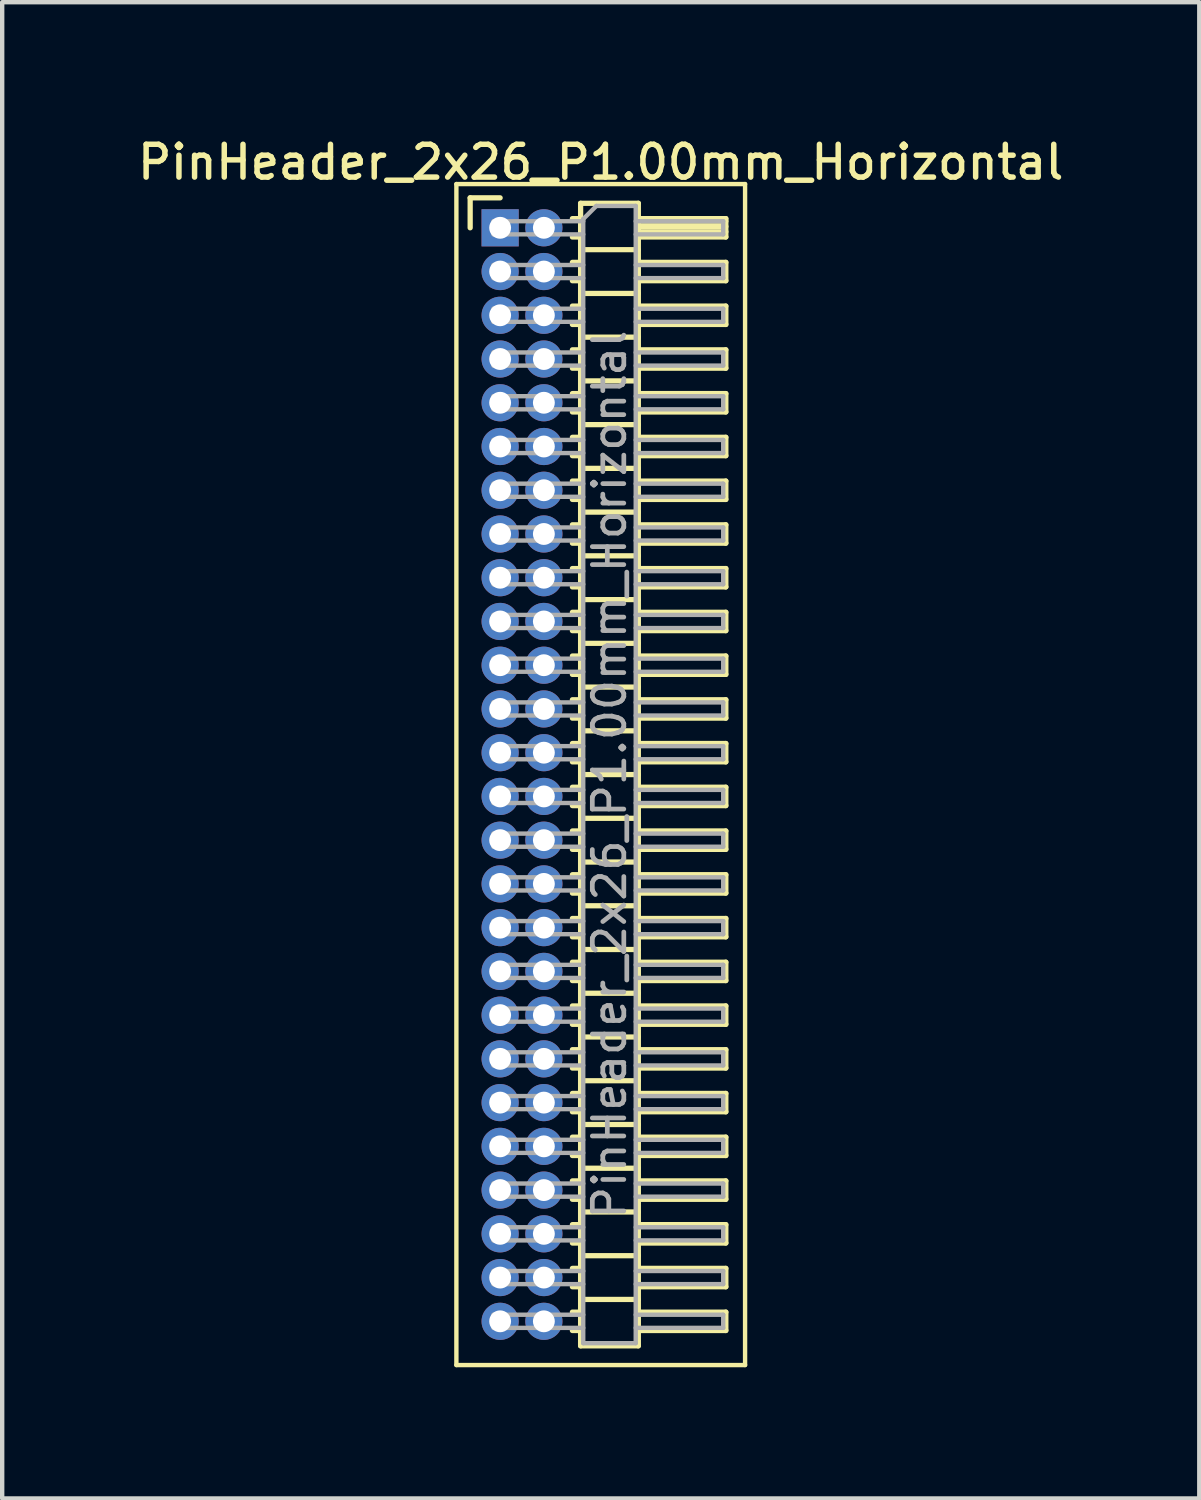
<source format=kicad_pcb>
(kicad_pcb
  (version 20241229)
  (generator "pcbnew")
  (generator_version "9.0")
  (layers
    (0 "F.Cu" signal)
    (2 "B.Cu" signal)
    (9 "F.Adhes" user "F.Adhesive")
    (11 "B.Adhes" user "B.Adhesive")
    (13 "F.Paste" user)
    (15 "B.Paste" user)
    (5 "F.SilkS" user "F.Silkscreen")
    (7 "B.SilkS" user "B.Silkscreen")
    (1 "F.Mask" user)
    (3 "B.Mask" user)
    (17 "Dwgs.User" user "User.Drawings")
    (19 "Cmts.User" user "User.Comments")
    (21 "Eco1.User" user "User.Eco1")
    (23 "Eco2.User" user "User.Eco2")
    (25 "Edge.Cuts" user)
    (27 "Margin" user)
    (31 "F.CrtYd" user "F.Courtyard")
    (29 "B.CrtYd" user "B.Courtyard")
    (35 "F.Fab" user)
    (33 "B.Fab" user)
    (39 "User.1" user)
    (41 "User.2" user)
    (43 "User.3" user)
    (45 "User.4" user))
  (footprint "PinHeader_2x26_P1.00mm_Horizontal"
    (layer "F.Cu")
    (at 8.384 2.158)
    (property "Reference" "PinHeader_2x26_P1.00mm_Horizontal" (at 2.3 -1.5 0) (layer "F.SilkS") (effects (font (size 0.75 0.75) (thickness 0.125))))
    (attr through_hole)
    (fp_line (start -1 -1) (end -1 26) (stroke (width 0.1) (type solid)) (layer "F.SilkS"))
    (fp_line (start -1 26) (end 5.6 26) (stroke (width 0.1) (type solid)) (layer "F.SilkS"))
    (fp_line (start -0.685 -0.685) (end 0 -0.685) (stroke (width 0.12) (type solid)) (layer "F.SilkS"))
    (fp_line (start -0.685 0) (end -0.685 -0.685) (stroke (width 0.12) (type solid)) (layer "F.SilkS"))
    (fp_line (start 1.652 -0.21) (end 1.84 -0.21) (stroke (width 0.12) (type solid)) (layer "F.SilkS"))
    (fp_line (start 1.652 0.21) (end 1.84 0.21) (stroke (width 0.12) (type solid)) (layer "F.SilkS"))
    (fp_line (start 1.652 0.79) (end 1.84 0.79) (stroke (width 0.12) (type solid)) (layer "F.SilkS"))
    (fp_line (start 1.652 1.21) (end 1.84 1.21) (stroke (width 0.12) (type solid)) (layer "F.SilkS"))
    (fp_line (start 1.652 1.79) (end 1.84 1.79) (stroke (width 0.12) (type solid)) (layer "F.SilkS"))
    (fp_line (start 1.652 2.21) (end 1.84 2.21) (stroke (width 0.12) (type solid)) (layer "F.SilkS"))
    (fp_line (start 1.652 2.79) (end 1.84 2.79) (stroke (width 0.12) (type solid)) (layer "F.SilkS"))
    (fp_line (start 1.652 3.21) (end 1.84 3.21) (stroke (width 0.12) (type solid)) (layer "F.SilkS"))
    (fp_line (start 1.652 3.79) (end 1.84 3.79) (stroke (width 0.12) (type solid)) (layer "F.SilkS"))
    (fp_line (start 1.652 4.21) (end 1.84 4.21) (stroke (width 0.12) (type solid)) (layer "F.SilkS"))
    (fp_line (start 1.652 4.79) (end 1.84 4.79) (stroke (width 0.12) (type solid)) (layer "F.SilkS"))
    (fp_line (start 1.652 5.21) (end 1.84 5.21) (stroke (width 0.12) (type solid)) (layer "F.SilkS"))
    (fp_line (start 1.652 5.79) (end 1.84 5.79) (stroke (width 0.12) (type solid)) (layer "F.SilkS"))
    (fp_line (start 1.652 6.21) (end 1.84 6.21) (stroke (width 0.12) (type solid)) (layer "F.SilkS"))
    (fp_line (start 1.652 6.79) (end 1.84 6.79) (stroke (width 0.12) (type solid)) (layer "F.SilkS"))
    (fp_line (start 1.652 7.21) (end 1.84 7.21) (stroke (width 0.12) (type solid)) (layer "F.SilkS"))
    (fp_line (start 1.652 7.79) (end 1.84 7.79) (stroke (width 0.12) (type solid)) (layer "F.SilkS"))
    (fp_line (start 1.652 8.21) (end 1.84 8.21) (stroke (width 0.12) (type solid)) (layer "F.SilkS"))
    (fp_line (start 1.652 8.79) (end 1.84 8.79) (stroke (width 0.12) (type solid)) (layer "F.SilkS"))
    (fp_line (start 1.652 9.21) (end 1.84 9.21) (stroke (width 0.12) (type solid)) (layer "F.SilkS"))
    (fp_line (start 1.652 9.79) (end 1.84 9.79) (stroke (width 0.12) (type solid)) (layer "F.SilkS"))
    (fp_line (start 1.652 10.21) (end 1.84 10.21) (stroke (width 0.12) (type solid)) (layer "F.SilkS"))
    (fp_line (start 1.652 10.79) (end 1.84 10.79) (stroke (width 0.12) (type solid)) (layer "F.SilkS"))
    (fp_line (start 1.652 11.21) (end 1.84 11.21) (stroke (width 0.12) (type solid)) (layer "F.SilkS"))
    (fp_line (start 1.652 11.79) (end 1.84 11.79) (stroke (width 0.12) (type solid)) (layer "F.SilkS"))
    (fp_line (start 1.652 12.21) (end 1.84 12.21) (stroke (width 0.12) (type solid)) (layer "F.SilkS"))
    (fp_line (start 1.652 12.79) (end 1.84 12.79) (stroke (width 0.12) (type solid)) (layer "F.SilkS"))
    (fp_line (start 1.652 13.21) (end 1.84 13.21) (stroke (width 0.12) (type solid)) (layer "F.SilkS"))
    (fp_line (start 1.652 13.79) (end 1.84 13.79) (stroke (width 0.12) (type solid)) (layer "F.SilkS"))
    (fp_line (start 1.652 14.21) (end 1.84 14.21) (stroke (width 0.12) (type solid)) (layer "F.SilkS"))
    (fp_line (start 1.652 14.79) (end 1.84 14.79) (stroke (width 0.12) (type solid)) (layer "F.SilkS"))
    (fp_line (start 1.652 15.21) (end 1.84 15.21) (stroke (width 0.12) (type solid)) (layer "F.SilkS"))
    (fp_line (start 1.652 15.79) (end 1.84 15.79) (stroke (width 0.12) (type solid)) (layer "F.SilkS"))
    (fp_line (start 1.652 16.21) (end 1.84 16.21) (stroke (width 0.12) (type solid)) (layer "F.SilkS"))
    (fp_line (start 1.652 16.79) (end 1.84 16.79) (stroke (width 0.12) (type solid)) (layer "F.SilkS"))
    (fp_line (start 1.652 17.21) (end 1.84 17.21) (stroke (width 0.12) (type solid)) (layer "F.SilkS"))
    (fp_line (start 1.652 17.79) (end 1.84 17.79) (stroke (width 0.12) (type solid)) (layer "F.SilkS"))
    (fp_line (start 1.652 18.21) (end 1.84 18.21) (stroke (width 0.12) (type solid)) (layer "F.SilkS"))
    (fp_line (start 1.652 18.79) (end 1.84 18.79) (stroke (width 0.12) (type solid)) (layer "F.SilkS"))
    (fp_line (start 1.652 19.21) (end 1.84 19.21) (stroke (width 0.12) (type solid)) (layer "F.SilkS"))
    (fp_line (start 1.652 19.79) (end 1.84 19.79) (stroke (width 0.12) (type solid)) (layer "F.SilkS"))
    (fp_line (start 1.652 20.21) (end 1.84 20.21) (stroke (width 0.12) (type solid)) (layer "F.SilkS"))
    (fp_line (start 1.652 20.79) (end 1.84 20.79) (stroke (width 0.12) (type solid)) (layer "F.SilkS"))
    (fp_line (start 1.652 21.21) (end 1.84 21.21) (stroke (width 0.12) (type solid)) (layer "F.SilkS"))
    (fp_line (start 1.652 21.79) (end 1.84 21.79) (stroke (width 0.12) (type solid)) (layer "F.SilkS"))
    (fp_line (start 1.652 22.21) (end 1.84 22.21) (stroke (width 0.12) (type solid)) (layer "F.SilkS"))
    (fp_line (start 1.652 22.79) (end 1.84 22.79) (stroke (width 0.12) (type solid)) (layer "F.SilkS"))
    (fp_line (start 1.652 23.21) (end 1.84 23.21) (stroke (width 0.12) (type solid)) (layer "F.SilkS"))
    (fp_line (start 1.652 23.79) (end 1.84 23.79) (stroke (width 0.12) (type solid)) (layer "F.SilkS"))
    (fp_line (start 1.652 24.21) (end 1.84 24.21) (stroke (width 0.12) (type solid)) (layer "F.SilkS"))
    (fp_line (start 1.652 24.79) (end 1.84 24.79) (stroke (width 0.12) (type solid)) (layer "F.SilkS"))
    (fp_line (start 1.652 25.21) (end 1.84 25.21) (stroke (width 0.12) (type solid)) (layer "F.SilkS"))
    (fp_line (start 1.84 -0.56) (end 1.84 25.56) (stroke (width 0.12) (type solid)) (layer "F.SilkS"))
    (fp_line (start 1.84 0.5) (end 3.16 0.5) (stroke (width 0.12) (type solid)) (layer "F.SilkS"))
    (fp_line (start 1.84 1.5) (end 3.16 1.5) (stroke (width 0.12) (type solid)) (layer "F.SilkS"))
    (fp_line (start 1.84 2.5) (end 3.16 2.5) (stroke (width 0.12) (type solid)) (layer "F.SilkS"))
    (fp_line (start 1.84 3.5) (end 3.16 3.5) (stroke (width 0.12) (type solid)) (layer "F.SilkS"))
    (fp_line (start 1.84 4.5) (end 3.16 4.5) (stroke (width 0.12) (type solid)) (layer "F.SilkS"))
    (fp_line (start 1.84 5.5) (end 3.16 5.5) (stroke (width 0.12) (type solid)) (layer "F.SilkS"))
    (fp_line (start 1.84 6.5) (end 3.16 6.5) (stroke (width 0.12) (type solid)) (layer "F.SilkS"))
    (fp_line (start 1.84 7.5) (end 3.16 7.5) (stroke (width 0.12) (type solid)) (layer "F.SilkS"))
    (fp_line (start 1.84 8.5) (end 3.16 8.5) (stroke (width 0.12) (type solid)) (layer "F.SilkS"))
    (fp_line (start 1.84 9.5) (end 3.16 9.5) (stroke (width 0.12) (type solid)) (layer "F.SilkS"))
    (fp_line (start 1.84 10.5) (end 3.16 10.5) (stroke (width 0.12) (type solid)) (layer "F.SilkS"))
    (fp_line (start 1.84 11.5) (end 3.16 11.5) (stroke (width 0.12) (type solid)) (layer "F.SilkS"))
    (fp_line (start 1.84 12.5) (end 3.16 12.5) (stroke (width 0.12) (type solid)) (layer "F.SilkS"))
    (fp_line (start 1.84 13.5) (end 3.16 13.5) (stroke (width 0.12) (type solid)) (layer "F.SilkS"))
    (fp_line (start 1.84 14.5) (end 3.16 14.5) (stroke (width 0.12) (type solid)) (layer "F.SilkS"))
    (fp_line (start 1.84 15.5) (end 3.16 15.5) (stroke (width 0.12) (type solid)) (layer "F.SilkS"))
    (fp_line (start 1.84 16.5) (end 3.16 16.5) (stroke (width 0.12) (type solid)) (layer "F.SilkS"))
    (fp_line (start 1.84 17.5) (end 3.16 17.5) (stroke (width 0.12) (type solid)) (layer "F.SilkS"))
    (fp_line (start 1.84 18.5) (end 3.16 18.5) (stroke (width 0.12) (type solid)) (layer "F.SilkS"))
    (fp_line (start 1.84 19.5) (end 3.16 19.5) (stroke (width 0.12) (type solid)) (layer "F.SilkS"))
    (fp_line (start 1.84 20.5) (end 3.16 20.5) (stroke (width 0.12) (type solid)) (layer "F.SilkS"))
    (fp_line (start 1.84 21.5) (end 3.16 21.5) (stroke (width 0.12) (type solid)) (layer "F.SilkS"))
    (fp_line (start 1.84 22.5) (end 3.16 22.5) (stroke (width 0.12) (type solid)) (layer "F.SilkS"))
    (fp_line (start 1.84 23.5) (end 3.16 23.5) (stroke (width 0.12) (type solid)) (layer "F.SilkS"))
    (fp_line (start 1.84 24.5) (end 3.16 24.5) (stroke (width 0.12) (type solid)) (layer "F.SilkS"))
    (fp_line (start 1.84 25.56) (end 3.16 25.56) (stroke (width 0.12) (type solid)) (layer "F.SilkS"))
    (fp_line (start 3.16 -0.56) (end 1.84 -0.56) (stroke (width 0.12) (type solid)) (layer "F.SilkS"))
    (fp_line (start 3.16 -0.21) (end 5.16 -0.21) (stroke (width 0.12) (type solid)) (layer "F.SilkS"))
    (fp_line (start 3.16 -0.15) (end 5.16 -0.15) (stroke (width 0.12) (type solid)) (layer "F.SilkS"))
    (fp_line (start 3.16 -0.03) (end 5.16 -0.03) (stroke (width 0.12) (type solid)) (layer "F.SilkS"))
    (fp_line (start 3.16 0.09) (end 5.16 0.09) (stroke (width 0.12) (type solid)) (layer "F.SilkS"))
    (fp_line (start 3.16 0.79) (end 5.16 0.79) (stroke (width 0.12) (type solid)) (layer "F.SilkS"))
    (fp_line (start 3.16 1.79) (end 5.16 1.79) (stroke (width 0.12) (type solid)) (layer "F.SilkS"))
    (fp_line (start 3.16 2.79) (end 5.16 2.79) (stroke (width 0.12) (type solid)) (layer "F.SilkS"))
    (fp_line (start 3.16 3.79) (end 5.16 3.79) (stroke (width 0.12) (type solid)) (layer "F.SilkS"))
    (fp_line (start 3.16 4.79) (end 5.16 4.79) (stroke (width 0.12) (type solid)) (layer "F.SilkS"))
    (fp_line (start 3.16 5.79) (end 5.16 5.79) (stroke (width 0.12) (type solid)) (layer "F.SilkS"))
    (fp_line (start 3.16 6.79) (end 5.16 6.79) (stroke (width 0.12) (type solid)) (layer "F.SilkS"))
    (fp_line (start 3.16 7.79) (end 5.16 7.79) (stroke (width 0.12) (type solid)) (layer "F.SilkS"))
    (fp_line (start 3.16 8.79) (end 5.16 8.79) (stroke (width 0.12) (type solid)) (layer "F.SilkS"))
    (fp_line (start 3.16 9.79) (end 5.16 9.79) (stroke (width 0.12) (type solid)) (layer "F.SilkS"))
    (fp_line (start 3.16 10.79) (end 5.16 10.79) (stroke (width 0.12) (type solid)) (layer "F.SilkS"))
    (fp_line (start 3.16 11.79) (end 5.16 11.79) (stroke (width 0.12) (type solid)) (layer "F.SilkS"))
    (fp_line (start 3.16 12.79) (end 5.16 12.79) (stroke (width 0.12) (type solid)) (layer "F.SilkS"))
    (fp_line (start 3.16 13.79) (end 5.16 13.79) (stroke (width 0.12) (type solid)) (layer "F.SilkS"))
    (fp_line (start 3.16 14.79) (end 5.16 14.79) (stroke (width 0.12) (type solid)) (layer "F.SilkS"))
    (fp_line (start 3.16 15.79) (end 5.16 15.79) (stroke (width 0.12) (type solid)) (layer "F.SilkS"))
    (fp_line (start 3.16 16.79) (end 5.16 16.79) (stroke (width 0.12) (type solid)) (layer "F.SilkS"))
    (fp_line (start 3.16 17.79) (end 5.16 17.79) (stroke (width 0.12) (type solid)) (layer "F.SilkS"))
    (fp_line (start 3.16 18.79) (end 5.16 18.79) (stroke (width 0.12) (type solid)) (layer "F.SilkS"))
    (fp_line (start 3.16 19.79) (end 5.16 19.79) (stroke (width 0.12) (type solid)) (layer "F.SilkS"))
    (fp_line (start 3.16 20.79) (end 5.16 20.79) (stroke (width 0.12) (type solid)) (layer "F.SilkS"))
    (fp_line (start 3.16 21.79) (end 5.16 21.79) (stroke (width 0.12) (type solid)) (layer "F.SilkS"))
    (fp_line (start 3.16 22.79) (end 5.16 22.79) (stroke (width 0.12) (type solid)) (layer "F.SilkS"))
    (fp_line (start 3.16 23.79) (end 5.16 23.79) (stroke (width 0.12) (type solid)) (layer "F.SilkS"))
    (fp_line (start 3.16 24.79) (end 5.16 24.79) (stroke (width 0.12) (type solid)) (layer "F.SilkS"))
    (fp_line (start 3.16 25.56) (end 3.16 -0.56) (stroke (width 0.12) (type solid)) (layer "F.SilkS"))
    (fp_line (start 5.16 -0.21) (end 5.16 0.21) (stroke (width 0.12) (type solid)) (layer "F.SilkS"))
    (fp_line (start 5.16 0.21) (end 3.16 0.21) (stroke (width 0.12) (type solid)) (layer "F.SilkS"))
    (fp_line (start 5.16 0.79) (end 5.16 1.21) (stroke (width 0.12) (type solid)) (layer "F.SilkS"))
    (fp_line (start 5.16 1.21) (end 3.16 1.21) (stroke (width 0.12) (type solid)) (layer "F.SilkS"))
    (fp_line (start 5.16 1.79) (end 5.16 2.21) (stroke (width 0.12) (type solid)) (layer "F.SilkS"))
    (fp_line (start 5.16 2.21) (end 3.16 2.21) (stroke (width 0.12) (type solid)) (layer "F.SilkS"))
    (fp_line (start 5.16 2.79) (end 5.16 3.21) (stroke (width 0.12) (type solid)) (layer "F.SilkS"))
    (fp_line (start 5.16 3.21) (end 3.16 3.21) (stroke (width 0.12) (type solid)) (layer "F.SilkS"))
    (fp_line (start 5.16 3.79) (end 5.16 4.21) (stroke (width 0.12) (type solid)) (layer "F.SilkS"))
    (fp_line (start 5.16 4.21) (end 3.16 4.21) (stroke (width 0.12) (type solid)) (layer "F.SilkS"))
    (fp_line (start 5.16 4.79) (end 5.16 5.21) (stroke (width 0.12) (type solid)) (layer "F.SilkS"))
    (fp_line (start 5.16 5.21) (end 3.16 5.21) (stroke (width 0.12) (type solid)) (layer "F.SilkS"))
    (fp_line (start 5.16 5.79) (end 5.16 6.21) (stroke (width 0.12) (type solid)) (layer "F.SilkS"))
    (fp_line (start 5.16 6.21) (end 3.16 6.21) (stroke (width 0.12) (type solid)) (layer "F.SilkS"))
    (fp_line (start 5.16 6.79) (end 5.16 7.21) (stroke (width 0.12) (type solid)) (layer "F.SilkS"))
    (fp_line (start 5.16 7.21) (end 3.16 7.21) (stroke (width 0.12) (type solid)) (layer "F.SilkS"))
    (fp_line (start 5.16 7.79) (end 5.16 8.21) (stroke (width 0.12) (type solid)) (layer "F.SilkS"))
    (fp_line (start 5.16 8.21) (end 3.16 8.21) (stroke (width 0.12) (type solid)) (layer "F.SilkS"))
    (fp_line (start 5.16 8.79) (end 5.16 9.21) (stroke (width 0.12) (type solid)) (layer "F.SilkS"))
    (fp_line (start 5.16 9.21) (end 3.16 9.21) (stroke (width 0.12) (type solid)) (layer "F.SilkS"))
    (fp_line (start 5.16 9.79) (end 5.16 10.21) (stroke (width 0.12) (type solid)) (layer "F.SilkS"))
    (fp_line (start 5.16 10.21) (end 3.16 10.21) (stroke (width 0.12) (type solid)) (layer "F.SilkS"))
    (fp_line (start 5.16 10.79) (end 5.16 11.21) (stroke (width 0.12) (type solid)) (layer "F.SilkS"))
    (fp_line (start 5.16 11.21) (end 3.16 11.21) (stroke (width 0.12) (type solid)) (layer "F.SilkS"))
    (fp_line (start 5.16 11.79) (end 5.16 12.21) (stroke (width 0.12) (type solid)) (layer "F.SilkS"))
    (fp_line (start 5.16 12.21) (end 3.16 12.21) (stroke (width 0.12) (type solid)) (layer "F.SilkS"))
    (fp_line (start 5.16 12.79) (end 5.16 13.21) (stroke (width 0.12) (type solid)) (layer "F.SilkS"))
    (fp_line (start 5.16 13.21) (end 3.16 13.21) (stroke (width 0.12) (type solid)) (layer "F.SilkS"))
    (fp_line (start 5.16 13.79) (end 5.16 14.21) (stroke (width 0.12) (type solid)) (layer "F.SilkS"))
    (fp_line (start 5.16 14.21) (end 3.16 14.21) (stroke (width 0.12) (type solid)) (layer "F.SilkS"))
    (fp_line (start 5.16 14.79) (end 5.16 15.21) (stroke (width 0.12) (type solid)) (layer "F.SilkS"))
    (fp_line (start 5.16 15.21) (end 3.16 15.21) (stroke (width 0.12) (type solid)) (layer "F.SilkS"))
    (fp_line (start 5.16 15.79) (end 5.16 16.21) (stroke (width 0.12) (type solid)) (layer "F.SilkS"))
    (fp_line (start 5.16 16.21) (end 3.16 16.21) (stroke (width 0.12) (type solid)) (layer "F.SilkS"))
    (fp_line (start 5.16 16.79) (end 5.16 17.21) (stroke (width 0.12) (type solid)) (layer "F.SilkS"))
    (fp_line (start 5.16 17.21) (end 3.16 17.21) (stroke (width 0.12) (type solid)) (layer "F.SilkS"))
    (fp_line (start 5.16 17.79) (end 5.16 18.21) (stroke (width 0.12) (type solid)) (layer "F.SilkS"))
    (fp_line (start 5.16 18.21) (end 3.16 18.21) (stroke (width 0.12) (type solid)) (layer "F.SilkS"))
    (fp_line (start 5.16 18.79) (end 5.16 19.21) (stroke (width 0.12) (type solid)) (layer "F.SilkS"))
    (fp_line (start 5.16 19.21) (end 3.16 19.21) (stroke (width 0.12) (type solid)) (layer "F.SilkS"))
    (fp_line (start 5.16 19.79) (end 5.16 20.21) (stroke (width 0.12) (type solid)) (layer "F.SilkS"))
    (fp_line (start 5.16 20.21) (end 3.16 20.21) (stroke (width 0.12) (type solid)) (layer "F.SilkS"))
    (fp_line (start 5.16 20.79) (end 5.16 21.21) (stroke (width 0.12) (type solid)) (layer "F.SilkS"))
    (fp_line (start 5.16 21.21) (end 3.16 21.21) (stroke (width 0.12) (type solid)) (layer "F.SilkS"))
    (fp_line (start 5.16 21.79) (end 5.16 22.21) (stroke (width 0.12) (type solid)) (layer "F.SilkS"))
    (fp_line (start 5.16 22.21) (end 3.16 22.21) (stroke (width 0.12) (type solid)) (layer "F.SilkS"))
    (fp_line (start 5.16 22.79) (end 5.16 23.21) (stroke (width 0.12) (type solid)) (layer "F.SilkS"))
    (fp_line (start 5.16 23.21) (end 3.16 23.21) (stroke (width 0.12) (type solid)) (layer "F.SilkS"))
    (fp_line (start 5.16 23.79) (end 5.16 24.21) (stroke (width 0.12) (type solid)) (layer "F.SilkS"))
    (fp_line (start 5.16 24.21) (end 3.16 24.21) (stroke (width 0.12) (type solid)) (layer "F.SilkS"))
    (fp_line (start 5.16 24.79) (end 5.16 25.21) (stroke (width 0.12) (type solid)) (layer "F.SilkS"))
    (fp_line (start 5.16 25.21) (end 3.16 25.21) (stroke (width 0.12) (type solid)) (layer "F.SilkS"))
    (fp_line (start 5.6 -1) (end -1 -1) (stroke (width 0.1) (type solid)) (layer "F.SilkS"))
    (fp_line (start 5.6 26) (end 5.6 -1) (stroke (width 0.1) (type solid)) (layer "F.SilkS"))
    (fp_line (start -0.15 -0.15) (end -0.15 0.15) (stroke (width 0.1) (type solid)) (layer "F.Fab"))
    (fp_line (start -0.15 -0.15) (end 1.9 -0.15) (stroke (width 0.1) (type solid)) (layer "F.Fab"))
    (fp_line (start -0.15 0.15) (end 1.9 0.15) (stroke (width 0.1) (type solid)) (layer "F.Fab"))
    (fp_line (start -0.15 0.85) (end -0.15 1.15) (stroke (width 0.1) (type solid)) (layer "F.Fab"))
    (fp_line (start -0.15 0.85) (end 1.9 0.85) (stroke (width 0.1) (type solid)) (layer "F.Fab"))
    (fp_line (start -0.15 1.15) (end 1.9 1.15) (stroke (width 0.1) (type solid)) (layer "F.Fab"))
    (fp_line (start -0.15 1.85) (end -0.15 2.15) (stroke (width 0.1) (type solid)) (layer "F.Fab"))
    (fp_line (start -0.15 1.85) (end 1.9 1.85) (stroke (width 0.1) (type solid)) (layer "F.Fab"))
    (fp_line (start -0.15 2.15) (end 1.9 2.15) (stroke (width 0.1) (type solid)) (layer "F.Fab"))
    (fp_line (start -0.15 2.85) (end -0.15 3.15) (stroke (width 0.1) (type solid)) (layer "F.Fab"))
    (fp_line (start -0.15 2.85) (end 1.9 2.85) (stroke (width 0.1) (type solid)) (layer "F.Fab"))
    (fp_line (start -0.15 3.15) (end 1.9 3.15) (stroke (width 0.1) (type solid)) (layer "F.Fab"))
    (fp_line (start -0.15 3.85) (end -0.15 4.15) (stroke (width 0.1) (type solid)) (layer "F.Fab"))
    (fp_line (start -0.15 3.85) (end 1.9 3.85) (stroke (width 0.1) (type solid)) (layer "F.Fab"))
    (fp_line (start -0.15 4.15) (end 1.9 4.15) (stroke (width 0.1) (type solid)) (layer "F.Fab"))
    (fp_line (start -0.15 4.85) (end -0.15 5.15) (stroke (width 0.1) (type solid)) (layer "F.Fab"))
    (fp_line (start -0.15 4.85) (end 1.9 4.85) (stroke (width 0.1) (type solid)) (layer "F.Fab"))
    (fp_line (start -0.15 5.15) (end 1.9 5.15) (stroke (width 0.1) (type solid)) (layer "F.Fab"))
    (fp_line (start -0.15 5.85) (end -0.15 6.15) (stroke (width 0.1) (type solid)) (layer "F.Fab"))
    (fp_line (start -0.15 5.85) (end 1.9 5.85) (stroke (width 0.1) (type solid)) (layer "F.Fab"))
    (fp_line (start -0.15 6.15) (end 1.9 6.15) (stroke (width 0.1) (type solid)) (layer "F.Fab"))
    (fp_line (start -0.15 6.85) (end -0.15 7.15) (stroke (width 0.1) (type solid)) (layer "F.Fab"))
    (fp_line (start -0.15 6.85) (end 1.9 6.85) (stroke (width 0.1) (type solid)) (layer "F.Fab"))
    (fp_line (start -0.15 7.15) (end 1.9 7.15) (stroke (width 0.1) (type solid)) (layer "F.Fab"))
    (fp_line (start -0.15 7.85) (end -0.15 8.15) (stroke (width 0.1) (type solid)) (layer "F.Fab"))
    (fp_line (start -0.15 7.85) (end 1.9 7.85) (stroke (width 0.1) (type solid)) (layer "F.Fab"))
    (fp_line (start -0.15 8.15) (end 1.9 8.15) (stroke (width 0.1) (type solid)) (layer "F.Fab"))
    (fp_line (start -0.15 8.85) (end -0.15 9.15) (stroke (width 0.1) (type solid)) (layer "F.Fab"))
    (fp_line (start -0.15 8.85) (end 1.9 8.85) (stroke (width 0.1) (type solid)) (layer "F.Fab"))
    (fp_line (start -0.15 9.15) (end 1.9 9.15) (stroke (width 0.1) (type solid)) (layer "F.Fab"))
    (fp_line (start -0.15 9.85) (end -0.15 10.15) (stroke (width 0.1) (type solid)) (layer "F.Fab"))
    (fp_line (start -0.15 9.85) (end 1.9 9.85) (stroke (width 0.1) (type solid)) (layer "F.Fab"))
    (fp_line (start -0.15 10.15) (end 1.9 10.15) (stroke (width 0.1) (type solid)) (layer "F.Fab"))
    (fp_line (start -0.15 10.85) (end -0.15 11.15) (stroke (width 0.1) (type solid)) (layer "F.Fab"))
    (fp_line (start -0.15 10.85) (end 1.9 10.85) (stroke (width 0.1) (type solid)) (layer "F.Fab"))
    (fp_line (start -0.15 11.15) (end 1.9 11.15) (stroke (width 0.1) (type solid)) (layer "F.Fab"))
    (fp_line (start -0.15 11.85) (end -0.15 12.15) (stroke (width 0.1) (type solid)) (layer "F.Fab"))
    (fp_line (start -0.15 11.85) (end 1.9 11.85) (stroke (width 0.1) (type solid)) (layer "F.Fab"))
    (fp_line (start -0.15 12.15) (end 1.9 12.15) (stroke (width 0.1) (type solid)) (layer "F.Fab"))
    (fp_line (start -0.15 12.85) (end -0.15 13.15) (stroke (width 0.1) (type solid)) (layer "F.Fab"))
    (fp_line (start -0.15 12.85) (end 1.9 12.85) (stroke (width 0.1) (type solid)) (layer "F.Fab"))
    (fp_line (start -0.15 13.15) (end 1.9 13.15) (stroke (width 0.1) (type solid)) (layer "F.Fab"))
    (fp_line (start -0.15 13.85) (end -0.15 14.15) (stroke (width 0.1) (type solid)) (layer "F.Fab"))
    (fp_line (start -0.15 13.85) (end 1.9 13.85) (stroke (width 0.1) (type solid)) (layer "F.Fab"))
    (fp_line (start -0.15 14.15) (end 1.9 14.15) (stroke (width 0.1) (type solid)) (layer "F.Fab"))
    (fp_line (start -0.15 14.85) (end -0.15 15.15) (stroke (width 0.1) (type solid)) (layer "F.Fab"))
    (fp_line (start -0.15 14.85) (end 1.9 14.85) (stroke (width 0.1) (type solid)) (layer "F.Fab"))
    (fp_line (start -0.15 15.15) (end 1.9 15.15) (stroke (width 0.1) (type solid)) (layer "F.Fab"))
    (fp_line (start -0.15 15.85) (end -0.15 16.15) (stroke (width 0.1) (type solid)) (layer "F.Fab"))
    (fp_line (start -0.15 15.85) (end 1.9 15.85) (stroke (width 0.1) (type solid)) (layer "F.Fab"))
    (fp_line (start -0.15 16.15) (end 1.9 16.15) (stroke (width 0.1) (type solid)) (layer "F.Fab"))
    (fp_line (start -0.15 16.85) (end -0.15 17.15) (stroke (width 0.1) (type solid)) (layer "F.Fab"))
    (fp_line (start -0.15 16.85) (end 1.9 16.85) (stroke (width 0.1) (type solid)) (layer "F.Fab"))
    (fp_line (start -0.15 17.15) (end 1.9 17.15) (stroke (width 0.1) (type solid)) (layer "F.Fab"))
    (fp_line (start -0.15 17.85) (end -0.15 18.15) (stroke (width 0.1) (type solid)) (layer "F.Fab"))
    (fp_line (start -0.15 17.85) (end 1.9 17.85) (stroke (width 0.1) (type solid)) (layer "F.Fab"))
    (fp_line (start -0.15 18.15) (end 1.9 18.15) (stroke (width 0.1) (type solid)) (layer "F.Fab"))
    (fp_line (start -0.15 18.85) (end -0.15 19.15) (stroke (width 0.1) (type solid)) (layer "F.Fab"))
    (fp_line (start -0.15 18.85) (end 1.9 18.85) (stroke (width 0.1) (type solid)) (layer "F.Fab"))
    (fp_line (start -0.15 19.15) (end 1.9 19.15) (stroke (width 0.1) (type solid)) (layer "F.Fab"))
    (fp_line (start -0.15 19.85) (end -0.15 20.15) (stroke (width 0.1) (type solid)) (layer "F.Fab"))
    (fp_line (start -0.15 19.85) (end 1.9 19.85) (stroke (width 0.1) (type solid)) (layer "F.Fab"))
    (fp_line (start -0.15 20.15) (end 1.9 20.15) (stroke (width 0.1) (type solid)) (layer "F.Fab"))
    (fp_line (start -0.15 20.85) (end -0.15 21.15) (stroke (width 0.1) (type solid)) (layer "F.Fab"))
    (fp_line (start -0.15 20.85) (end 1.9 20.85) (stroke (width 0.1) (type solid)) (layer "F.Fab"))
    (fp_line (start -0.15 21.15) (end 1.9 21.15) (stroke (width 0.1) (type solid)) (layer "F.Fab"))
    (fp_line (start -0.15 21.85) (end -0.15 22.15) (stroke (width 0.1) (type solid)) (layer "F.Fab"))
    (fp_line (start -0.15 21.85) (end 1.9 21.85) (stroke (width 0.1) (type solid)) (layer "F.Fab"))
    (fp_line (start -0.15 22.15) (end 1.9 22.15) (stroke (width 0.1) (type solid)) (layer "F.Fab"))
    (fp_line (start -0.15 22.85) (end -0.15 23.15) (stroke (width 0.1) (type solid)) (layer "F.Fab"))
    (fp_line (start -0.15 22.85) (end 1.9 22.85) (stroke (width 0.1) (type solid)) (layer "F.Fab"))
    (fp_line (start -0.15 23.15) (end 1.9 23.15) (stroke (width 0.1) (type solid)) (layer "F.Fab"))
    (fp_line (start -0.15 23.85) (end -0.15 24.15) (stroke (width 0.1) (type solid)) (layer "F.Fab"))
    (fp_line (start -0.15 23.85) (end 1.9 23.85) (stroke (width 0.1) (type solid)) (layer "F.Fab"))
    (fp_line (start -0.15 24.15) (end 1.9 24.15) (stroke (width 0.1) (type solid)) (layer "F.Fab"))
    (fp_line (start -0.15 24.85) (end -0.15 25.15) (stroke (width 0.1) (type solid)) (layer "F.Fab"))
    (fp_line (start -0.15 24.85) (end 1.9 24.85) (stroke (width 0.1) (type solid)) (layer "F.Fab"))
    (fp_line (start -0.15 25.15) (end 1.9 25.15) (stroke (width 0.1) (type solid)) (layer "F.Fab"))
    (fp_line (start 1.9 -0.2) (end 2.2 -0.5) (stroke (width 0.1) (type solid)) (layer "F.Fab"))
    (fp_line (start 1.9 25.5) (end 1.9 -0.2) (stroke (width 0.1) (type solid)) (layer "F.Fab"))
    (fp_line (start 2.2 -0.5) (end 3.1 -0.5) (stroke (width 0.1) (type solid)) (layer "F.Fab"))
    (fp_line (start 3.1 -0.5) (end 3.1 25.5) (stroke (width 0.1) (type solid)) (layer "F.Fab"))
    (fp_line (start 3.1 -0.15) (end 5.1 -0.15) (stroke (width 0.1) (type solid)) (layer "F.Fab"))
    (fp_line (start 3.1 0.15) (end 5.1 0.15) (stroke (width 0.1) (type solid)) (layer "F.Fab"))
    (fp_line (start 3.1 0.85) (end 5.1 0.85) (stroke (width 0.1) (type solid)) (layer "F.Fab"))
    (fp_line (start 3.1 1.15) (end 5.1 1.15) (stroke (width 0.1) (type solid)) (layer "F.Fab"))
    (fp_line (start 3.1 1.85) (end 5.1 1.85) (stroke (width 0.1) (type solid)) (layer "F.Fab"))
    (fp_line (start 3.1 2.15) (end 5.1 2.15) (stroke (width 0.1) (type solid)) (layer "F.Fab"))
    (fp_line (start 3.1 2.85) (end 5.1 2.85) (stroke (width 0.1) (type solid)) (layer "F.Fab"))
    (fp_line (start 3.1 3.15) (end 5.1 3.15) (stroke (width 0.1) (type solid)) (layer "F.Fab"))
    (fp_line (start 3.1 3.85) (end 5.1 3.85) (stroke (width 0.1) (type solid)) (layer "F.Fab"))
    (fp_line (start 3.1 4.15) (end 5.1 4.15) (stroke (width 0.1) (type solid)) (layer "F.Fab"))
    (fp_line (start 3.1 4.85) (end 5.1 4.85) (stroke (width 0.1) (type solid)) (layer "F.Fab"))
    (fp_line (start 3.1 5.15) (end 5.1 5.15) (stroke (width 0.1) (type solid)) (layer "F.Fab"))
    (fp_line (start 3.1 5.85) (end 5.1 5.85) (stroke (width 0.1) (type solid)) (layer "F.Fab"))
    (fp_line (start 3.1 6.15) (end 5.1 6.15) (stroke (width 0.1) (type solid)) (layer "F.Fab"))
    (fp_line (start 3.1 6.85) (end 5.1 6.85) (stroke (width 0.1) (type solid)) (layer "F.Fab"))
    (fp_line (start 3.1 7.15) (end 5.1 7.15) (stroke (width 0.1) (type solid)) (layer "F.Fab"))
    (fp_line (start 3.1 7.85) (end 5.1 7.85) (stroke (width 0.1) (type solid)) (layer "F.Fab"))
    (fp_line (start 3.1 8.15) (end 5.1 8.15) (stroke (width 0.1) (type solid)) (layer "F.Fab"))
    (fp_line (start 3.1 8.85) (end 5.1 8.85) (stroke (width 0.1) (type solid)) (layer "F.Fab"))
    (fp_line (start 3.1 9.15) (end 5.1 9.15) (stroke (width 0.1) (type solid)) (layer "F.Fab"))
    (fp_line (start 3.1 9.85) (end 5.1 9.85) (stroke (width 0.1) (type solid)) (layer "F.Fab"))
    (fp_line (start 3.1 10.15) (end 5.1 10.15) (stroke (width 0.1) (type solid)) (layer "F.Fab"))
    (fp_line (start 3.1 10.85) (end 5.1 10.85) (stroke (width 0.1) (type solid)) (layer "F.Fab"))
    (fp_line (start 3.1 11.15) (end 5.1 11.15) (stroke (width 0.1) (type solid)) (layer "F.Fab"))
    (fp_line (start 3.1 11.85) (end 5.1 11.85) (stroke (width 0.1) (type solid)) (layer "F.Fab"))
    (fp_line (start 3.1 12.15) (end 5.1 12.15) (stroke (width 0.1) (type solid)) (layer "F.Fab"))
    (fp_line (start 3.1 12.85) (end 5.1 12.85) (stroke (width 0.1) (type solid)) (layer "F.Fab"))
    (fp_line (start 3.1 13.15) (end 5.1 13.15) (stroke (width 0.1) (type solid)) (layer "F.Fab"))
    (fp_line (start 3.1 13.85) (end 5.1 13.85) (stroke (width 0.1) (type solid)) (layer "F.Fab"))
    (fp_line (start 3.1 14.15) (end 5.1 14.15) (stroke (width 0.1) (type solid)) (layer "F.Fab"))
    (fp_line (start 3.1 14.85) (end 5.1 14.85) (stroke (width 0.1) (type solid)) (layer "F.Fab"))
    (fp_line (start 3.1 15.15) (end 5.1 15.15) (stroke (width 0.1) (type solid)) (layer "F.Fab"))
    (fp_line (start 3.1 15.85) (end 5.1 15.85) (stroke (width 0.1) (type solid)) (layer "F.Fab"))
    (fp_line (start 3.1 16.15) (end 5.1 16.15) (stroke (width 0.1) (type solid)) (layer "F.Fab"))
    (fp_line (start 3.1 16.85) (end 5.1 16.85) (stroke (width 0.1) (type solid)) (layer "F.Fab"))
    (fp_line (start 3.1 17.15) (end 5.1 17.15) (stroke (width 0.1) (type solid)) (layer "F.Fab"))
    (fp_line (start 3.1 17.85) (end 5.1 17.85) (stroke (width 0.1) (type solid)) (layer "F.Fab"))
    (fp_line (start 3.1 18.15) (end 5.1 18.15) (stroke (width 0.1) (type solid)) (layer "F.Fab"))
    (fp_line (start 3.1 18.85) (end 5.1 18.85) (stroke (width 0.1) (type solid)) (layer "F.Fab"))
    (fp_line (start 3.1 19.15) (end 5.1 19.15) (stroke (width 0.1) (type solid)) (layer "F.Fab"))
    (fp_line (start 3.1 19.85) (end 5.1 19.85) (stroke (width 0.1) (type solid)) (layer "F.Fab"))
    (fp_line (start 3.1 20.15) (end 5.1 20.15) (stroke (width 0.1) (type solid)) (layer "F.Fab"))
    (fp_line (start 3.1 20.85) (end 5.1 20.85) (stroke (width 0.1) (type solid)) (layer "F.Fab"))
    (fp_line (start 3.1 21.15) (end 5.1 21.15) (stroke (width 0.1) (type solid)) (layer "F.Fab"))
    (fp_line (start 3.1 21.85) (end 5.1 21.85) (stroke (width 0.1) (type solid)) (layer "F.Fab"))
    (fp_line (start 3.1 22.15) (end 5.1 22.15) (stroke (width 0.1) (type solid)) (layer "F.Fab"))
    (fp_line (start 3.1 22.85) (end 5.1 22.85) (stroke (width 0.1) (type solid)) (layer "F.Fab"))
    (fp_line (start 3.1 23.15) (end 5.1 23.15) (stroke (width 0.1) (type solid)) (layer "F.Fab"))
    (fp_line (start 3.1 23.85) (end 5.1 23.85) (stroke (width 0.1) (type solid)) (layer "F.Fab"))
    (fp_line (start 3.1 24.15) (end 5.1 24.15) (stroke (width 0.1) (type solid)) (layer "F.Fab"))
    (fp_line (start 3.1 24.85) (end 5.1 24.85) (stroke (width 0.1) (type solid)) (layer "F.Fab"))
    (fp_line (start 3.1 25.15) (end 5.1 25.15) (stroke (width 0.1) (type solid)) (layer "F.Fab"))
    (fp_line (start 3.1 25.5) (end 1.9 25.5) (stroke (width 0.1) (type solid)) (layer "F.Fab"))
    (fp_line (start 5.1 -0.15) (end 5.1 0.15) (stroke (width 0.1) (type solid)) (layer "F.Fab"))
    (fp_line (start 5.1 0.85) (end 5.1 1.15) (stroke (width 0.1) (type solid)) (layer "F.Fab"))
    (fp_line (start 5.1 1.85) (end 5.1 2.15) (stroke (width 0.1) (type solid)) (layer "F.Fab"))
    (fp_line (start 5.1 2.85) (end 5.1 3.15) (stroke (width 0.1) (type solid)) (layer "F.Fab"))
    (fp_line (start 5.1 3.85) (end 5.1 4.15) (stroke (width 0.1) (type solid)) (layer "F.Fab"))
    (fp_line (start 5.1 4.85) (end 5.1 5.15) (stroke (width 0.1) (type solid)) (layer "F.Fab"))
    (fp_line (start 5.1 5.85) (end 5.1 6.15) (stroke (width 0.1) (type solid)) (layer "F.Fab"))
    (fp_line (start 5.1 6.85) (end 5.1 7.15) (stroke (width 0.1) (type solid)) (layer "F.Fab"))
    (fp_line (start 5.1 7.85) (end 5.1 8.15) (stroke (width 0.1) (type solid)) (layer "F.Fab"))
    (fp_line (start 5.1 8.85) (end 5.1 9.15) (stroke (width 0.1) (type solid)) (layer "F.Fab"))
    (fp_line (start 5.1 9.85) (end 5.1 10.15) (stroke (width 0.1) (type solid)) (layer "F.Fab"))
    (fp_line (start 5.1 10.85) (end 5.1 11.15) (stroke (width 0.1) (type solid)) (layer "F.Fab"))
    (fp_line (start 5.1 11.85) (end 5.1 12.15) (stroke (width 0.1) (type solid)) (layer "F.Fab"))
    (fp_line (start 5.1 12.85) (end 5.1 13.15) (stroke (width 0.1) (type solid)) (layer "F.Fab"))
    (fp_line (start 5.1 13.85) (end 5.1 14.15) (stroke (width 0.1) (type solid)) (layer "F.Fab"))
    (fp_line (start 5.1 14.85) (end 5.1 15.15) (stroke (width 0.1) (type solid)) (layer "F.Fab"))
    (fp_line (start 5.1 15.85) (end 5.1 16.15) (stroke (width 0.1) (type solid)) (layer "F.Fab"))
    (fp_line (start 5.1 16.85) (end 5.1 17.15) (stroke (width 0.1) (type solid)) (layer "F.Fab"))
    (fp_line (start 5.1 17.85) (end 5.1 18.15) (stroke (width 0.1) (type solid)) (layer "F.Fab"))
    (fp_line (start 5.1 18.85) (end 5.1 19.15) (stroke (width 0.1) (type solid)) (layer "F.Fab"))
    (fp_line (start 5.1 19.85) (end 5.1 20.15) (stroke (width 0.1) (type solid)) (layer "F.Fab"))
    (fp_line (start 5.1 20.85) (end 5.1 21.15) (stroke (width 0.1) (type solid)) (layer "F.Fab"))
    (fp_line (start 5.1 21.85) (end 5.1 22.15) (stroke (width 0.1) (type solid)) (layer "F.Fab"))
    (fp_line (start 5.1 22.85) (end 5.1 23.15) (stroke (width 0.1) (type solid)) (layer "F.Fab"))
    (fp_line (start 5.1 23.85) (end 5.1 24.15) (stroke (width 0.1) (type solid)) (layer "F.Fab"))
    (fp_line (start 5.1 24.85) (end 5.1 25.15) (stroke (width 0.1) (type solid)) (layer "F.Fab"))
    (fp_text user "${REFERENCE}" (at 2.5 12.5 90) (layer "F.Fab") (effects (font (size 0.72 0.72) (thickness 0.108))))
    (pad "1" thru_hole rect (at 0 0) (size 0.85 0.85) (drill 0.5) (layers "*.Cu" "*.Mask"))
    (pad "2" thru_hole oval (at 1 0) (size 0.85 0.85) (drill 0.5) (layers "*.Cu" "*.Mask"))
    (pad "3" thru_hole oval (at 0 1) (size 0.85 0.85) (drill 0.5) (layers "*.Cu" "*.Mask"))
    (pad "4" thru_hole oval (at 1 1) (size 0.85 0.85) (drill 0.5) (layers "*.Cu" "*.Mask"))
    (pad "5" thru_hole oval (at 0 2) (size 0.85 0.85) (drill 0.5) (layers "*.Cu" "*.Mask"))
    (pad "6" thru_hole oval (at 1 2) (size 0.85 0.85) (drill 0.5) (layers "*.Cu" "*.Mask"))
    (pad "7" thru_hole oval (at 0 3) (size 0.85 0.85) (drill 0.5) (layers "*.Cu" "*.Mask"))
    (pad "8" thru_hole oval (at 1 3) (size 0.85 0.85) (drill 0.5) (layers "*.Cu" "*.Mask"))
    (pad "9" thru_hole oval (at 0 4) (size 0.85 0.85) (drill 0.5) (layers "*.Cu" "*.Mask"))
    (pad "10" thru_hole oval (at 1 4) (size 0.85 0.85) (drill 0.5) (layers "*.Cu" "*.Mask"))
    (pad "11" thru_hole oval (at 0 5) (size 0.85 0.85) (drill 0.5) (layers "*.Cu" "*.Mask"))
    (pad "12" thru_hole oval (at 1 5) (size 0.85 0.85) (drill 0.5) (layers "*.Cu" "*.Mask"))
    (pad "13" thru_hole oval (at 0 6) (size 0.85 0.85) (drill 0.5) (layers "*.Cu" "*.Mask"))
    (pad "14" thru_hole oval (at 1 6) (size 0.85 0.85) (drill 0.5) (layers "*.Cu" "*.Mask"))
    (pad "15" thru_hole oval (at 0 7) (size 0.85 0.85) (drill 0.5) (layers "*.Cu" "*.Mask"))
    (pad "16" thru_hole oval (at 1 7) (size 0.85 0.85) (drill 0.5) (layers "*.Cu" "*.Mask"))
    (pad "17" thru_hole oval (at 0 8) (size 0.85 0.85) (drill 0.5) (layers "*.Cu" "*.Mask"))
    (pad "18" thru_hole oval (at 1 8) (size 0.85 0.85) (drill 0.5) (layers "*.Cu" "*.Mask"))
    (pad "19" thru_hole oval (at 0 9) (size 0.85 0.85) (drill 0.5) (layers "*.Cu" "*.Mask"))
    (pad "20" thru_hole oval (at 1 9) (size 0.85 0.85) (drill 0.5) (layers "*.Cu" "*.Mask"))
    (pad "21" thru_hole oval (at 0 10) (size 0.85 0.85) (drill 0.5) (layers "*.Cu" "*.Mask"))
    (pad "22" thru_hole oval (at 1 10) (size 0.85 0.85) (drill 0.5) (layers "*.Cu" "*.Mask"))
    (pad "23" thru_hole oval (at 0 11) (size 0.85 0.85) (drill 0.5) (layers "*.Cu" "*.Mask"))
    (pad "24" thru_hole oval (at 1 11) (size 0.85 0.85) (drill 0.5) (layers "*.Cu" "*.Mask"))
    (pad "25" thru_hole oval (at 0 12) (size 0.85 0.85) (drill 0.5) (layers "*.Cu" "*.Mask"))
    (pad "26" thru_hole oval (at 1 12) (size 0.85 0.85) (drill 0.5) (layers "*.Cu" "*.Mask"))
    (pad "27" thru_hole oval (at 0 13) (size 0.85 0.85) (drill 0.5) (layers "*.Cu" "*.Mask"))
    (pad "28" thru_hole oval (at 1 13) (size 0.85 0.85) (drill 0.5) (layers "*.Cu" "*.Mask"))
    (pad "29" thru_hole oval (at 0 14) (size 0.85 0.85) (drill 0.5) (layers "*.Cu" "*.Mask"))
    (pad "30" thru_hole oval (at 1 14) (size 0.85 0.85) (drill 0.5) (layers "*.Cu" "*.Mask"))
    (pad "31" thru_hole oval (at 0 15) (size 0.85 0.85) (drill 0.5) (layers "*.Cu" "*.Mask"))
    (pad "32" thru_hole oval (at 1 15) (size 0.85 0.85) (drill 0.5) (layers "*.Cu" "*.Mask"))
    (pad "33" thru_hole oval (at 0 16) (size 0.85 0.85) (drill 0.5) (layers "*.Cu" "*.Mask"))
    (pad "34" thru_hole oval (at 1 16) (size 0.85 0.85) (drill 0.5) (layers "*.Cu" "*.Mask"))
    (pad "35" thru_hole oval (at 0 17) (size 0.85 0.85) (drill 0.5) (layers "*.Cu" "*.Mask"))
    (pad "36" thru_hole oval (at 1 17) (size 0.85 0.85) (drill 0.5) (layers "*.Cu" "*.Mask"))
    (pad "37" thru_hole oval (at 0 18) (size 0.85 0.85) (drill 0.5) (layers "*.Cu" "*.Mask"))
    (pad "38" thru_hole oval (at 1 18) (size 0.85 0.85) (drill 0.5) (layers "*.Cu" "*.Mask"))
    (pad "39" thru_hole oval (at 0 19) (size 0.85 0.85) (drill 0.5) (layers "*.Cu" "*.Mask"))
    (pad "40" thru_hole oval (at 1 19) (size 0.85 0.85) (drill 0.5) (layers "*.Cu" "*.Mask"))
    (pad "41" thru_hole oval (at 0 20) (size 0.85 0.85) (drill 0.5) (layers "*.Cu" "*.Mask"))
    (pad "42" thru_hole oval (at 1 20) (size 0.85 0.85) (drill 0.5) (layers "*.Cu" "*.Mask"))
    (pad "43" thru_hole oval (at 0 21) (size 0.85 0.85) (drill 0.5) (layers "*.Cu" "*.Mask"))
    (pad "44" thru_hole oval (at 1 21) (size 0.85 0.85) (drill 0.5) (layers "*.Cu" "*.Mask"))
    (pad "45" thru_hole oval (at 0 22) (size 0.85 0.85) (drill 0.5) (layers "*.Cu" "*.Mask"))
    (pad "46" thru_hole oval (at 1 22) (size 0.85 0.85) (drill 0.5) (layers "*.Cu" "*.Mask"))
    (pad "47" thru_hole oval (at 0 23) (size 0.85 0.85) (drill 0.5) (layers "*.Cu" "*.Mask"))
    (pad "48" thru_hole oval (at 1 23) (size 0.85 0.85) (drill 0.5) (layers "*.Cu" "*.Mask"))
    (pad "49" thru_hole oval (at 0 24) (size 0.85 0.85) (drill 0.5) (layers "*.Cu" "*.Mask"))
    (pad "50" thru_hole oval (at 1 24) (size 0.85 0.85) (drill 0.5) (layers "*.Cu" "*.Mask"))
    (pad "51" thru_hole oval (at 0 25) (size 0.85 0.85) (drill 0.5) (layers "*.Cu" "*.Mask"))
    (pad "52" thru_hole oval (at 1 25) (size 0.85 0.85) (drill 0.5) (layers "*.Cu" "*.Mask")))
  (gr_rect
    (start -3 -3)
    (end 24.368 31.208)
    (stroke (width 0.1) (type default))
    (fill no)
    (layer "Edge.Cuts")))
</source>
